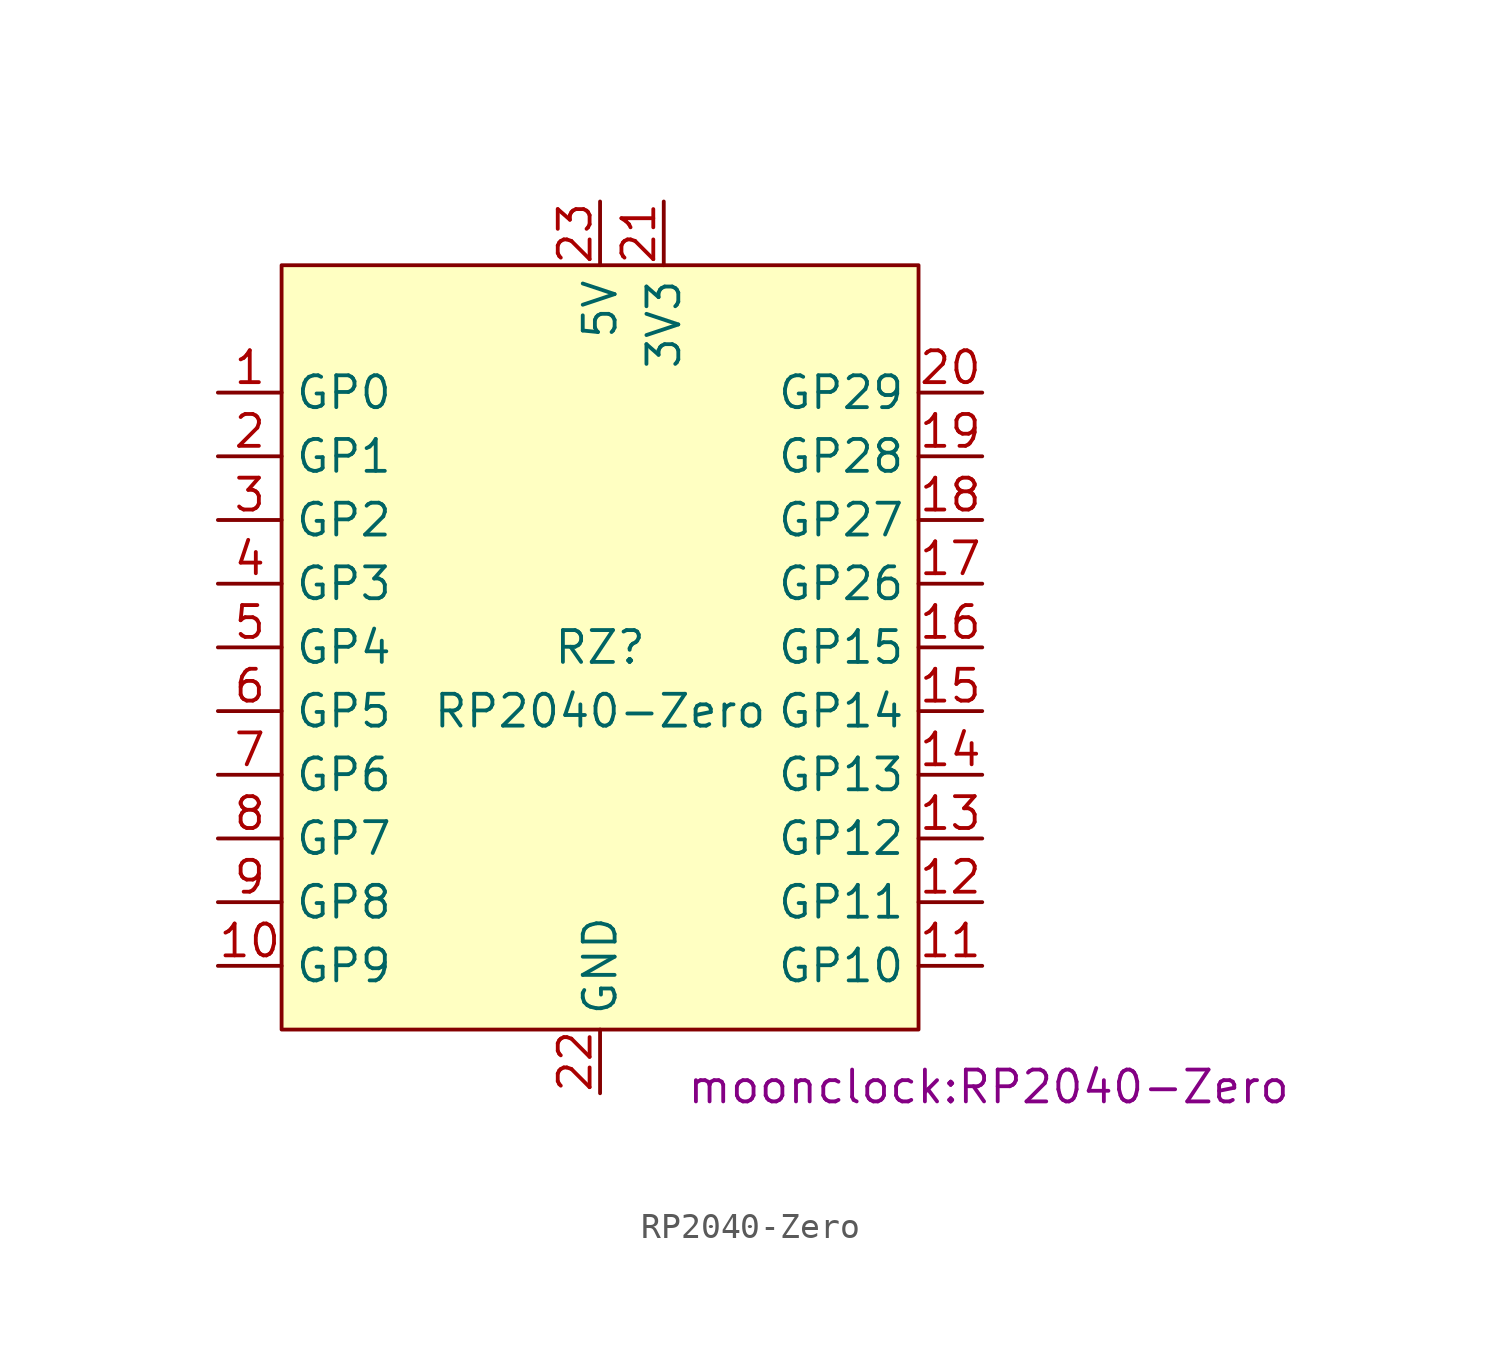
<source format=kicad_sym>
(kicad_symbol_lib
  (version 20241209)
  (generator "kicad_symbol_editor")
  (generator_version "9.0")
  (symbol "RP2040-Zero"
    (property "Reference" "RZ"
      (at 0 0 0)
      (effects (font (size 1.27 1.27))))
    (property "Value" "RP2040-Zero"
      (at 0 -2.54 0)
      (effects (font (size 1.27 1.27))))
    (property "Footprint" "moonclock:RP2040-Zero"
      (at 15.494 -17.526 0)
      (effects (font (size 1.27 1.27))))
    (symbol "RP2040-Zero_0_1"
      (rectangle (start -12.7 15.24) (end 12.7 -15.24) (stroke (width 0) (type default)) (fill (type background))))
    (symbol "RP2040-Zero_1_1"
      (pin tri_state line (at -15.24 10.16 0) (length 2.54) (name "GP0" (effects (font (size 1.27 1.27)))) (number "1" (effects (font (size 1.27 1.27)))))
      (pin tri_state line (at -15.24 7.62 0) (length 2.54) (name "GP1" (effects (font (size 1.27 1.27)))) (number "2" (effects (font (size 1.27 1.27)))))
      (pin tri_state line (at -15.24 5.08 0) (length 2.54) (name "GP2" (effects (font (size 1.27 1.27)))) (number "3" (effects (font (size 1.27 1.27)))))
      (pin tri_state line (at -15.24 2.54 0) (length 2.54) (name "GP3" (effects (font (size 1.27 1.27)))) (number "4" (effects (font (size 1.27 1.27)))))
      (pin tri_state line (at -15.24 0 0) (length 2.54) (name "GP4" (effects (font (size 1.27 1.27)))) (number "5" (effects (font (size 1.27 1.27)))))
      (pin tri_state line (at -15.24 -2.54 0) (length 2.54) (name "GP5" (effects (font (size 1.27 1.27)))) (number "6" (effects (font (size 1.27 1.27)))))
      (pin tri_state line (at -15.24 -5.08 0) (length 2.54) (name "GP6" (effects (font (size 1.27 1.27)))) (number "7" (effects (font (size 1.27 1.27)))))
      (pin tri_state line (at -15.24 -7.62 0) (length 2.54) (name "GP7" (effects (font (size 1.27 1.27)))) (number "8" (effects (font (size 1.27 1.27)))))
      (pin tri_state line (at -15.24 -10.16 0) (length 2.54) (name "GP8" (effects (font (size 1.27 1.27)))) (number "9" (effects (font (size 1.27 1.27)))))
      (pin tri_state line (at -15.24 -12.7 0) (length 2.54) (name "GP9" (effects (font (size 1.27 1.27)))) (number "10" (effects (font (size 1.27 1.27)))))
      (pin power_out line (at 0 17.78 270) (length 2.54) (name "5V" (effects (font (size 1.27 1.27)))) (number "23" (effects (font (size 1.27 1.27)))))
      (pin power_out line (at 0 -17.78 90) (length 2.54) (name "GND" (effects (font (size 1.27 1.27)))) (number "22" (effects (font (size 1.27 1.27)))))
      (pin power_out line (at 2.54 17.78 270) (length 2.54) (name "3V3" (effects (font (size 1.27 1.27)))) (number "21" (effects (font (size 1.27 1.27)))))
      (pin tri_state line (at 15.24 10.16 180) (length 2.54) (name "GP29" (effects (font (size 1.27 1.27)))) (number "20" (effects (font (size 1.27 1.27)))))
      (pin tri_state line (at 15.24 7.62 180) (length 2.54) (name "GP28" (effects (font (size 1.27 1.27)))) (number "19" (effects (font (size 1.27 1.27)))))
      (pin tri_state line (at 15.24 5.08 180) (length 2.54) (name "GP27" (effects (font (size 1.27 1.27)))) (number "18" (effects (font (size 1.27 1.27)))))
      (pin tri_state line (at 15.24 2.54 180) (length 2.54) (name "GP26" (effects (font (size 1.27 1.27)))) (number "17" (effects (font (size 1.27 1.27)))))
      (pin tri_state line (at 15.24 0 180) (length 2.54) (name "GP15" (effects (font (size 1.27 1.27)))) (number "16" (effects (font (size 1.27 1.27)))))
      (pin tri_state line (at 15.24 -2.54 180) (length 2.54) (name "GP14" (effects (font (size 1.27 1.27)))) (number "15" (effects (font (size 1.27 1.27)))))
      (pin tri_state line (at 15.24 -5.08 180) (length 2.54) (name "GP13" (effects (font (size 1.27 1.27)))) (number "14" (effects (font (size 1.27 1.27)))))
      (pin tri_state line (at 15.24 -7.62 180) (length 2.54) (name "GP12" (effects (font (size 1.27 1.27)))) (number "13" (effects (font (size 1.27 1.27)))))
      (pin tri_state line (at 15.24 -10.16 180) (length 2.54) (name "GP11" (effects (font (size 1.27 1.27)))) (number "12" (effects (font (size 1.27 1.27)))))
      (pin tri_state line (at 15.24 -12.7 180) (length 2.54) (name "GP10" (effects (font (size 1.27 1.27)))) (number "11" (effects (font (size 1.27 1.27))))))))
</source>
